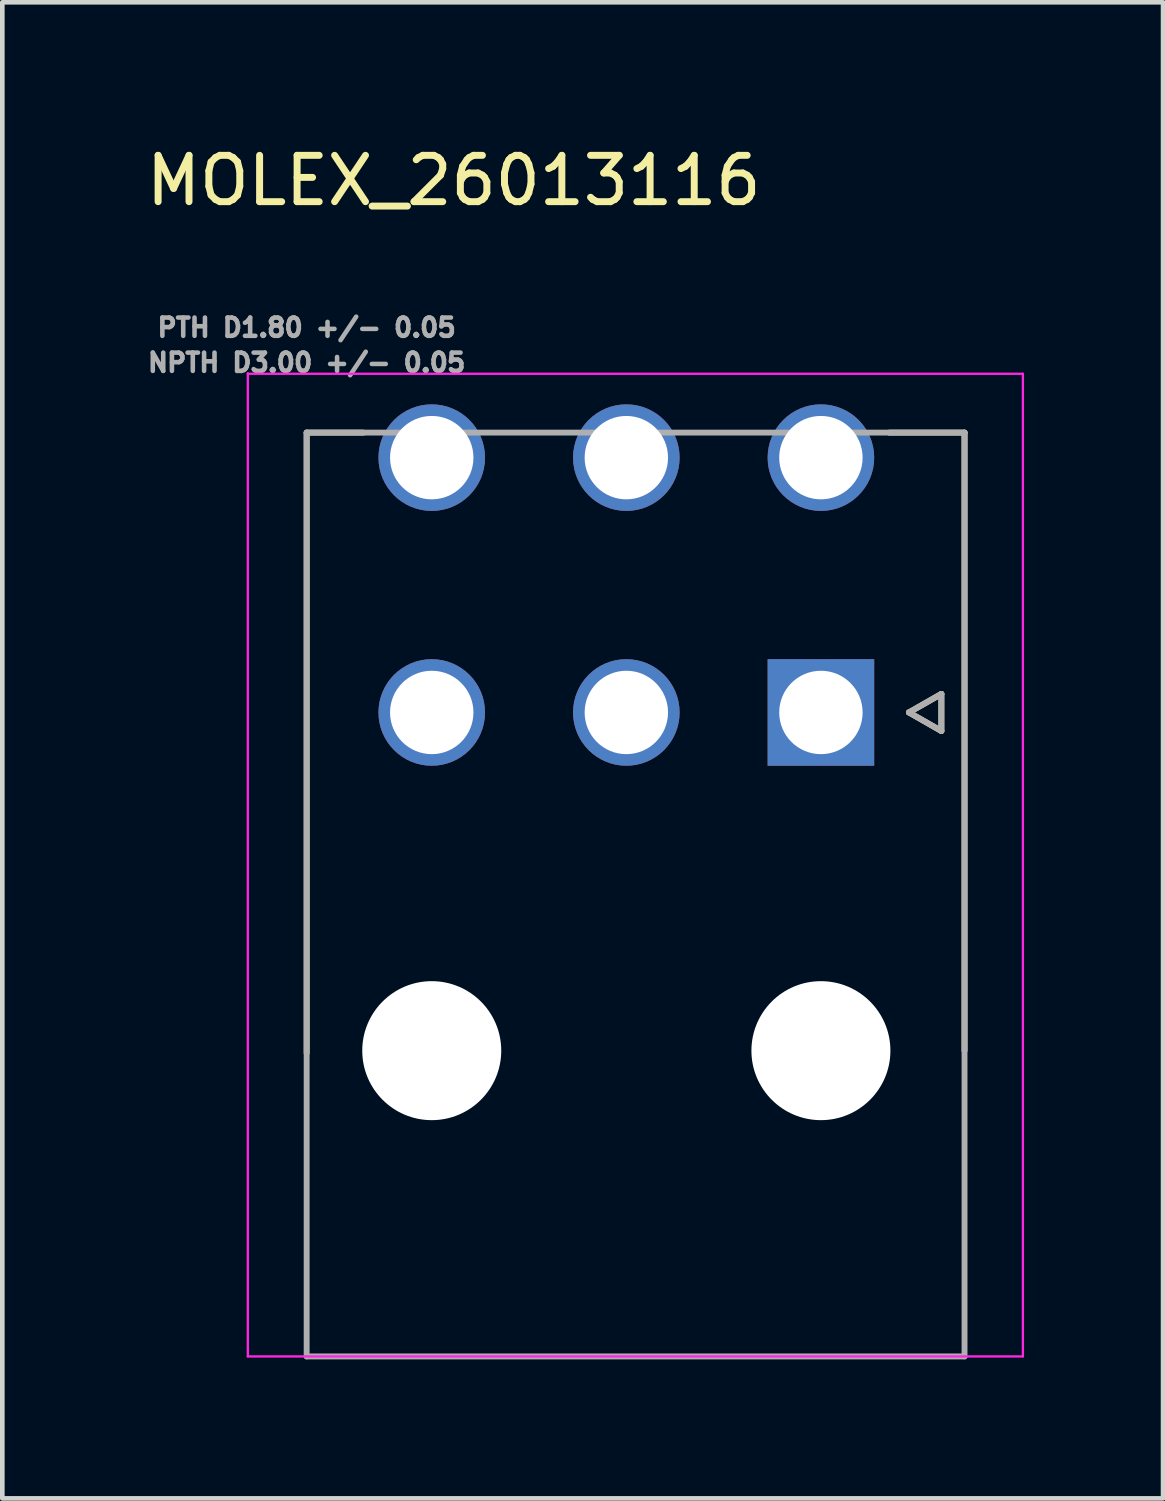
<source format=kicad_pcb>
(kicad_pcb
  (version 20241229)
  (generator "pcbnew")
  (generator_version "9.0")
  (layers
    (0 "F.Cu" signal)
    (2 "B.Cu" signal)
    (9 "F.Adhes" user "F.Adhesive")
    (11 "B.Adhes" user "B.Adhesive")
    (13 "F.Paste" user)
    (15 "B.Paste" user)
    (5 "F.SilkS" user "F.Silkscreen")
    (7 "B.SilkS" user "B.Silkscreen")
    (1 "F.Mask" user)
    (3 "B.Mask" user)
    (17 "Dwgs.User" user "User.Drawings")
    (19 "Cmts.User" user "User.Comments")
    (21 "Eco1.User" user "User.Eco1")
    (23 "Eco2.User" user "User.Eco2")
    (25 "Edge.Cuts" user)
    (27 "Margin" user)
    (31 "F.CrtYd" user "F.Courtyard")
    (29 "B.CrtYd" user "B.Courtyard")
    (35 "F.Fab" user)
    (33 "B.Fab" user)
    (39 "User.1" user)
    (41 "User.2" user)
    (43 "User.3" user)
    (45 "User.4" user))
  (footprint "MOLEX_26013116"
    (layer "F.Cu")
    (at 14.669 12.328)
    (property "Reference" "MOLEX_26013116" (at -7.925 -11.48 0) (layer "F.SilkS") (effects (font (size 1 1) (thickness 0.15))))
    (attr through_hole)
    (fp_circle (center -8.4 -5.5) (end -7.787 -5.5) (stroke (width 1.226) (type solid)) (fill no) (layer "F.Mask"))
    (fp_circle (center -8.4 0) (end -7.787 0) (stroke (width 1.226) (type solid)) (fill no) (layer "F.Mask"))
    (fp_circle (center -8.4 7.3) (end -7.612 7.3) (stroke (width 1.576) (type solid)) (fill no) (layer "F.Mask"))
    (fp_circle (center -4.2 -5.5) (end -3.587 -5.5) (stroke (width 1.226) (type solid)) (fill no) (layer "F.Mask"))
    (fp_circle (center -4.2 0) (end -3.587 0) (stroke (width 1.226) (type solid)) (fill no) (layer "F.Mask"))
    (fp_circle (center 0 -5.5) (end 0.613 -5.5) (stroke (width 1.226) (type solid)) (fill no) (layer "F.Mask"))
    (fp_circle (center 0 7.3) (end 0.788 7.3) (stroke (width 1.576) (type solid)) (fill no) (layer "F.Mask"))
    (fp_poly (pts (xy -1.226 -1.226) (xy 1.226 -1.226) (xy 1.226 1.226) (xy -1.226 1.226)) (stroke (width 0.01) (type solid)) (fill yes) (layer "F.Mask"))
    (fp_circle (center -8.4 -5.5) (end -7.787 -5.5) (stroke (width 1.226) (type solid)) (fill no) (layer "B.Mask"))
    (fp_circle (center -8.4 0) (end -7.787 0) (stroke (width 1.226) (type solid)) (fill no) (layer "B.Mask"))
    (fp_circle (center -8.4 7.3) (end -7.612 7.3) (stroke (width 1.576) (type solid)) (fill no) (layer "B.Mask"))
    (fp_circle (center -4.2 -5.5) (end -3.587 -5.5) (stroke (width 1.226) (type solid)) (fill no) (layer "B.Mask"))
    (fp_circle (center -4.2 0) (end -3.587 0) (stroke (width 1.226) (type solid)) (fill no) (layer "B.Mask"))
    (fp_circle (center 0 -5.5) (end 0.613 -5.5) (stroke (width 1.226) (type solid)) (fill no) (layer "B.Mask"))
    (fp_circle (center 0 7.3) (end 0.788 7.3) (stroke (width 1.576) (type solid)) (fill no) (layer "B.Mask"))
    (fp_poly (pts (xy -1.226 -1.226) (xy 1.226 -1.226) (xy 1.226 1.226) (xy -1.226 1.226)) (stroke (width 0.01) (type solid)) (fill yes) (layer "B.Mask"))
    (fp_line (start -11.1 -6.04) (end -9.876 -6.04) (stroke (width 0.127) (type solid)) (layer "F.SilkS"))
    (fp_line (start -11.1 7.35) (end -11.1 -6.04) (stroke (width 0.127) (type solid)) (layer "F.SilkS"))
    (fp_line (start 1.9 0) (end 2.6 0.4) (stroke (width 0.127) (type solid)) (layer "F.SilkS"))
    (fp_line (start 2.6 -0.4) (end 1.9 0) (stroke (width 0.127) (type solid)) (layer "F.SilkS"))
    (fp_line (start 2.6 0.4) (end 2.6 -0.4) (stroke (width 0.127) (type solid)) (layer "F.SilkS"))
    (fp_line (start 3.1 -6.04) (end 1.476 -6.04) (stroke (width 0.127) (type solid)) (layer "F.SilkS"))
    (fp_line (start 3.1 -6.04) (end 3.1 7.3) (stroke (width 0.127) (type solid)) (layer "F.SilkS"))
    (fp_line (start -12.37 -7.31) (end 4.36 -7.31) (stroke (width 0.05) (type solid)) (layer "F.CrtYd"))
    (fp_line (start -12.37 13.9) (end -12.37 -7.32) (stroke (width 0.05) (type solid)) (layer "F.CrtYd"))
    (fp_line (start 4.36 -7.31) (end 4.36 13.9) (stroke (width 0.05) (type solid)) (layer "F.CrtYd"))
    (fp_line (start 4.36 13.9) (end -12.37 13.9) (stroke (width 0.05) (type solid)) (layer "F.CrtYd"))
    (fp_line (start -11.1 -6.04) (end 3.1 -6.04) (stroke (width 0.127) (type solid)) (layer "F.Fab"))
    (fp_line (start -11.1 13.9) (end -11.1 -6.04) (stroke (width 0.127) (type solid)) (layer "F.Fab"))
    (fp_line (start 1.9 0) (end 2.6 0.4) (stroke (width 0.127) (type solid)) (layer "F.Fab"))
    (fp_line (start 2.6 -0.4) (end 1.9 0) (stroke (width 0.127) (type solid)) (layer "F.Fab"))
    (fp_line (start 2.6 0.4) (end 2.6 -0.4) (stroke (width 0.127) (type solid)) (layer "F.Fab"))
    (fp_line (start 3.1 -6.04) (end 3.1 13.9) (stroke (width 0.127) (type solid)) (layer "F.Fab"))
    (fp_line (start 3.1 13.9) (end -11.1 13.9) (stroke (width 0.127) (type solid)) (layer "F.Fab"))
    (fp_text user "NPTH D3.00 +/- 0.05" (at -11.1 -7.55 0) (layer "F.Fab") (effects (font (size 0.394 0.394) (thickness 0.15))))
    (fp_text user "PTH D1.80 +/- 0.05" (at -11.1 -8.307 0) (layer "F.Fab") (effects (font (size 0.394 0.394) (thickness 0.15))))
    (pad "" np_thru_hole circle (at -8.4 7.3) (size 3 3) (drill 3) (layers "*.Cu" "*.Mask"))
    (pad "" np_thru_hole circle (at 0 7.3) (size 3 3) (drill 3) (layers "*.Cu" "*.Mask"))
    (pad "1" thru_hole rect (at 0 0) (size 2.3 2.3) (drill 1.8) (layers "*.Cu"))
    (pad "2" thru_hole circle (at -4.2 0) (size 2.3 2.3) (drill 1.8) (layers "*.Cu"))
    (pad "3" thru_hole circle (at -8.4 0) (size 2.3 2.3) (drill 1.8) (layers "*.Cu"))
    (pad "4" thru_hole circle (at 0 -5.5) (size 2.3 2.3) (drill 1.8) (layers "*.Cu"))
    (pad "5" thru_hole circle (at -4.2 -5.5) (size 2.3 2.3) (drill 1.8) (layers "*.Cu"))
    (pad "6" thru_hole circle (at -8.4 -5.5) (size 2.3 2.3) (drill 1.8) (layers "*.Cu")))
  (gr_rect
    (start -3 -3)
    (end 22.054 29.292)
    (stroke (width 0.1) (type default))
    (fill no)
    (layer "Edge.Cuts")))
</source>
